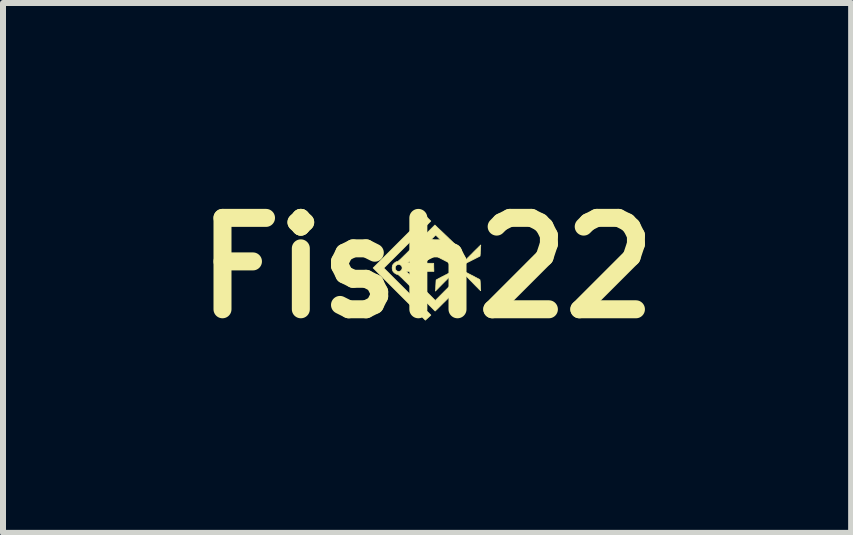
<source format=kicad_pcb>
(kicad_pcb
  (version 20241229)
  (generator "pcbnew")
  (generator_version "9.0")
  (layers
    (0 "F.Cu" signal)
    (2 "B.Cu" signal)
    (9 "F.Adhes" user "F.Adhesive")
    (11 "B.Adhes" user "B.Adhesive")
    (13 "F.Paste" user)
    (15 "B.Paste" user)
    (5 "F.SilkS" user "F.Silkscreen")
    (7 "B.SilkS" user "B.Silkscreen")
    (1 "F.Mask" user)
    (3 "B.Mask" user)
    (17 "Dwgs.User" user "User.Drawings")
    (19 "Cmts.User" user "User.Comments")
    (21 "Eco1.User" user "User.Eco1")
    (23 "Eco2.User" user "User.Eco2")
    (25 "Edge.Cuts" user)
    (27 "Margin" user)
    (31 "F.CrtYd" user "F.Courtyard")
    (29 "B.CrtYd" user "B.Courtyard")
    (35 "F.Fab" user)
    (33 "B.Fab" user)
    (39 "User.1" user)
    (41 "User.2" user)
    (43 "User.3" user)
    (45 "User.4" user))
  (footprint "Fish22"
    (layer "F.Cu")
    (at 4.071 1.418)
    (property "Reference" "Fish22" (at 0 0 0) (layer "F.SilkS") (effects (font (size 1.524 1.524) (thickness 0.3))))
    (attr through_hole)
    (fp_poly (pts (xy 0.018 -0.827) (xy 0.064 -0.781) (xy -0.72 0.002) (xy -0.327 0.394) (xy 0.065 0.787) (xy 0.036 0.814) (xy 0.02 0.828) (xy 0.005 0.842) (xy -0.008 0.853) (xy -0.011 0.856) (xy -0.028 0.872) (xy -0.464 0.436) (xy -0.9 0) (xy -0.028 -0.872) (xy 0.018 -0.827)) (stroke (width 0.01) (type solid)) (fill yes) (layer "F.SilkS"))
    (fp_poly (pts (xy 0.484 0.036) (xy 0.477 0.043) (xy 0.466 0.056) (xy 0.449 0.073) (xy 0.429 0.094) (xy 0.405 0.118) (xy 0.378 0.146) (xy 0.349 0.175) (xy 0.318 0.207) (xy 0.302 0.222) (xy 0.139 0.387) (xy 0.141 0.364) (xy 0.142 0.352) (xy 0.144 0.333) (xy 0.145 0.31) (xy 0.146 0.285) (xy 0.147 0.272) (xy 0.148 0.249) (xy 0.149 0.229) (xy 0.15 0.212) (xy 0.151 0.202) (xy 0.152 0.2) (xy 0.156 0.197) (xy 0.167 0.191) (xy 0.184 0.181) (xy 0.205 0.17) (xy 0.23 0.157) (xy 0.257 0.142) (xy 0.267 0.138) (xy 0.299 0.121) (xy 0.332 0.104) (xy 0.365 0.087) (xy 0.395 0.071) (xy 0.421 0.058) (xy 0.44 0.048) (xy 0.501 0.016) (xy 0.484 0.036)) (stroke (width 0.01) (type solid)) (fill yes) (layer "F.SilkS"))
    (fp_poly (pts (xy 0.601 0.048) (xy 0.625 0.06) (xy 0.654 0.075) (xy 0.687 0.092) (xy 0.721 0.11) (xy 0.755 0.127) (xy 0.775 0.137) (xy 0.802 0.152) (xy 0.827 0.165) (xy 0.848 0.176) (xy 0.865 0.185) (xy 0.877 0.191) (xy 0.882 0.194) (xy 0.882 0.195) (xy 0.883 0.2) (xy 0.885 0.212) (xy 0.887 0.229) (xy 0.888 0.251) (xy 0.889 0.263) (xy 0.891 0.288) (xy 0.892 0.313) (xy 0.893 0.334) (xy 0.894 0.351) (xy 0.895 0.355) (xy 0.895 0.368) (xy 0.895 0.378) (xy 0.894 0.381) (xy 0.89 0.378) (xy 0.882 0.37) (xy 0.868 0.357) (xy 0.851 0.339) (xy 0.83 0.318) (xy 0.807 0.295) (xy 0.782 0.269) (xy 0.772 0.259) (xy 0.743 0.229) (xy 0.713 0.199) (xy 0.684 0.168) (xy 0.656 0.14) (xy 0.63 0.113) (xy 0.608 0.091) (xy 0.592 0.074) (xy 0.531 0.011) (xy 0.601 0.048)) (stroke (width 0.01) (type solid)) (fill yes) (layer "F.SilkS"))
    (fp_poly (pts (xy 0.144 -0.38) (xy 0.152 -0.372) (xy 0.166 -0.358) (xy 0.184 -0.341) (xy 0.205 -0.319) (xy 0.231 -0.294) (xy 0.259 -0.266) (xy 0.289 -0.235) (xy 0.321 -0.203) (xy 0.323 -0.2) (xy 0.356 -0.168) (xy 0.386 -0.137) (xy 0.414 -0.109) (xy 0.439 -0.083) (xy 0.461 -0.061) (xy 0.479 -0.043) (xy 0.492 -0.029) (xy 0.5 -0.02) (xy 0.503 -0.017) (xy 0.503 -0.017) (xy 0.499 -0.019) (xy 0.489 -0.024) (xy 0.472 -0.033) (xy 0.45 -0.044) (xy 0.423 -0.057) (xy 0.393 -0.073) (xy 0.359 -0.09) (xy 0.329 -0.105) (xy 0.293 -0.124) (xy 0.26 -0.141) (xy 0.23 -0.156) (xy 0.204 -0.17) (xy 0.182 -0.182) (xy 0.166 -0.191) (xy 0.156 -0.197) (xy 0.152 -0.199) (xy 0.151 -0.205) (xy 0.15 -0.217) (xy 0.149 -0.235) (xy 0.147 -0.256) (xy 0.145 -0.279) (xy 0.144 -0.303) (xy 0.142 -0.327) (xy 0.141 -0.348) (xy 0.14 -0.365) (xy 0.14 -0.377) (xy 0.14 -0.383) (xy 0.14 -0.383) (xy 0.144 -0.38)) (stroke (width 0.01) (type solid)) (fill yes) (layer "F.SilkS"))
    (fp_poly (pts (xy 0.896 -0.384) (xy 0.896 -0.379) (xy 0.896 -0.368) (xy 0.895 -0.351) (xy 0.894 -0.33) (xy 0.893 -0.307) (xy 0.891 -0.282) (xy 0.889 -0.259) (xy 0.888 -0.237) (xy 0.886 -0.218) (xy 0.885 -0.205) (xy 0.884 -0.198) (xy 0.884 -0.197) (xy 0.88 -0.195) (xy 0.869 -0.189) (xy 0.853 -0.181) (xy 0.831 -0.17) (xy 0.806 -0.157) (xy 0.778 -0.143) (xy 0.748 -0.128) (xy 0.717 -0.112) (xy 0.685 -0.096) (xy 0.654 -0.081) (xy 0.625 -0.066) (xy 0.599 -0.053) (xy 0.576 -0.041) (xy 0.557 -0.032) (xy 0.544 -0.026) (xy 0.537 -0.022) (xy 0.536 -0.022) (xy 0.538 -0.024) (xy 0.546 -0.033) (xy 0.558 -0.046) (xy 0.575 -0.063) (xy 0.596 -0.085) (xy 0.621 -0.11) (xy 0.648 -0.137) (xy 0.678 -0.168) (xy 0.711 -0.2) (xy 0.713 -0.203) (xy 0.746 -0.235) (xy 0.776 -0.266) (xy 0.804 -0.294) (xy 0.83 -0.319) (xy 0.852 -0.341) (xy 0.87 -0.359) (xy 0.884 -0.372) (xy 0.893 -0.381) (xy 0.896 -0.384) (xy 0.896 -0.384)) (stroke (width 0.01) (type solid)) (fill yes) (layer "F.SilkS"))
    (fp_poly (pts (xy 0.168 -0.681) (xy 0.178 -0.671) (xy 0.194 -0.656) (xy 0.214 -0.637) (xy 0.239 -0.614) (xy 0.266 -0.588) (xy 0.296 -0.559) (xy 0.328 -0.529) (xy 0.36 -0.498) (xy 0.371 -0.487) (xy 0.403 -0.457) (xy 0.432 -0.429) (xy 0.459 -0.403) (xy 0.483 -0.38) (xy 0.503 -0.36) (xy 0.519 -0.344) (xy 0.531 -0.332) (xy 0.537 -0.326) (xy 0.537 -0.324) (xy 0.535 -0.32) (xy 0.527 -0.31) (xy 0.516 -0.297) (xy 0.502 -0.282) (xy 0.497 -0.277) (xy 0.458 -0.235) (xy 0.301 -0.392) (xy 0.144 -0.548) (xy -0.089 -0.315) (xy -0.322 -0.083) (xy -0.105 -0.08) (xy 0.112 -0.078) (xy 0.113 -0.01) (xy 0.115 0.059) (xy -0.345 0.059) (xy -0.104 0.301) (xy 0.138 0.542) (xy 0.293 0.386) (xy 0.449 0.231) (xy 0.493 0.275) (xy 0.538 0.32) (xy 0.338 0.52) (xy 0.304 0.554) (xy 0.271 0.586) (xy 0.241 0.616) (xy 0.214 0.643) (xy 0.19 0.667) (xy 0.17 0.687) (xy 0.154 0.702) (xy 0.142 0.713) (xy 0.136 0.719) (xy 0.135 0.72) (xy 0.132 0.717) (xy 0.123 0.708) (xy 0.109 0.694) (xy 0.091 0.676) (xy 0.068 0.653) (xy 0.04 0.626) (xy 0.01 0.596) (xy -0.024 0.562) (xy -0.061 0.525) (xy -0.1 0.486) (xy -0.141 0.445) (xy -0.171 0.415) (xy -0.223 0.363) (xy -0.269 0.317) (xy -0.31 0.277) (xy -0.345 0.242) (xy -0.376 0.212) (xy -0.402 0.186) (xy -0.424 0.164) (xy -0.443 0.147) (xy -0.457 0.133) (xy -0.469 0.123) (xy -0.477 0.116) (xy -0.483 0.112) (xy -0.486 0.11) (xy -0.487 0.11) (xy -0.506 0.106) (xy -0.526 0.096) (xy -0.546 0.082) (xy -0.563 0.064) (xy -0.573 0.049) (xy -0.579 0.03) (xy -0.582 0.006) (xy -0.582 -0.000401) (xy -0.53 -0.000401) (xy -0.527 0.02) (xy -0.517 0.037) (xy -0.502 0.05) (xy -0.485 0.057) (xy -0.465 0.058) (xy -0.446 0.051) (xy -0.442 0.049) (xy -0.427 0.034) (xy -0.418 0.016) (xy -0.416 -0.004) (xy -0.42 -0.023) (xy -0.423 -0.028) (xy -0.437 -0.045) (xy -0.454 -0.054) (xy -0.472 -0.058) (xy -0.49 -0.055) (xy -0.507 -0.047) (xy -0.52 -0.034) (xy -0.528 -0.016) (xy -0.53 -0.000401) (xy -0.582 -0.000401) (xy -0.581 -0.018) (xy -0.577 -0.04) (xy -0.573 -0.049) (xy -0.559 -0.068) (xy -0.541 -0.085) (xy -0.521 -0.099) (xy -0.501 -0.108) (xy -0.487 -0.11) (xy -0.484 -0.111) (xy -0.479 -0.115) (xy -0.471 -0.122) (xy -0.46 -0.131) (xy -0.445 -0.144) (xy -0.428 -0.161) (xy -0.406 -0.182) (xy -0.381 -0.207) (xy -0.35 -0.237) (xy -0.316 -0.271) (xy -0.276 -0.311) (xy -0.231 -0.356) (xy -0.18 -0.407) (xy -0.173 -0.414) (xy 0.131 -0.717) (xy 0.168 -0.681)) (stroke (width 0.01) (type solid)) (fill yes) (layer "F.SilkS")))
  (gr_rect
    (start -3 -3)
    (end 11.143 5.836)
    (stroke (width 0.1) (type default))
    (fill no)
    (layer "Edge.Cuts")))
</source>
